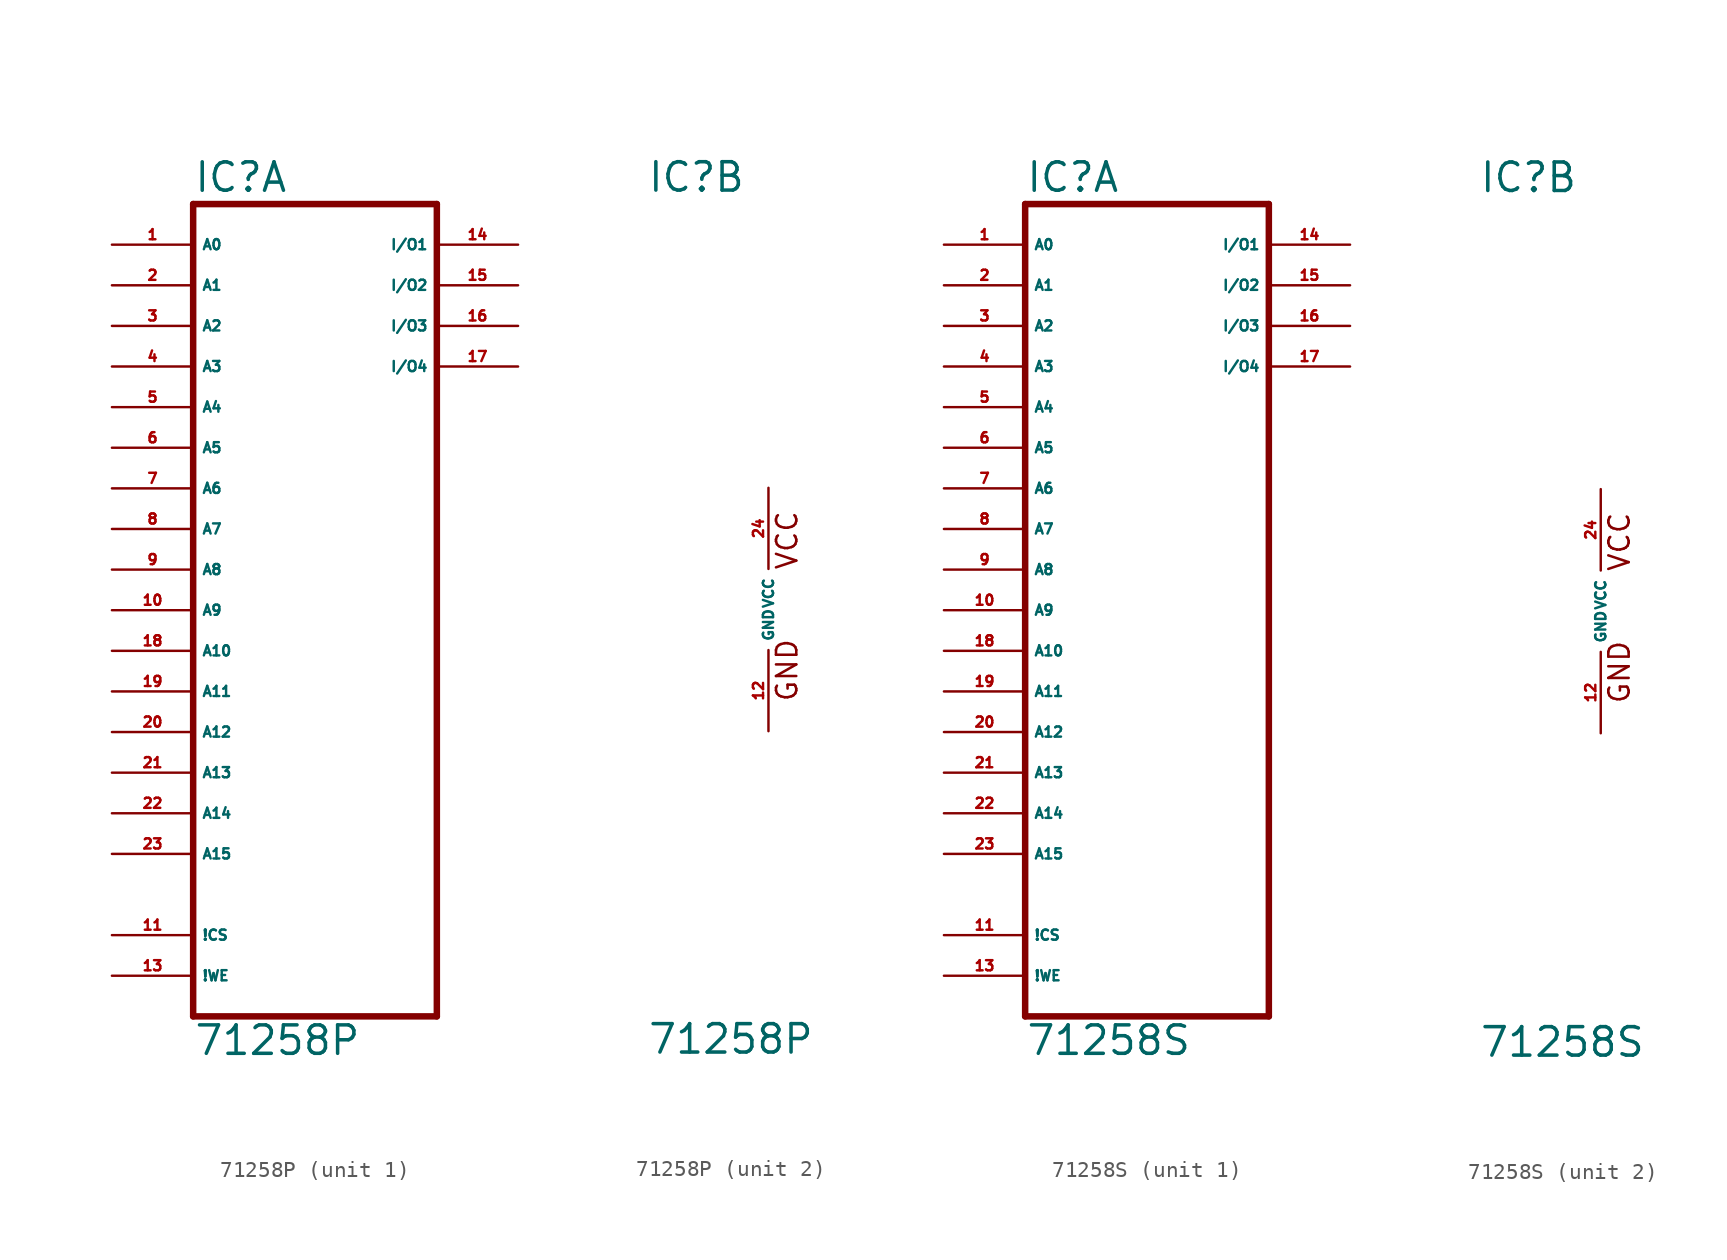
<source format=kicad_sym>
(kicad_symbol_lib
  (version 20220914)
  (generator Eagle2Kicad)
  (symbol "71258P"
    (property "Reference" "IC"
      (at -7.62 26.035 0)
      (effects (font (size 1.778 1.778) (thickness 0.22)) (justify left bottom)))
    (property "Value" "71258P"
      (at -7.62 -27.94 0)
      (effects (font (size 1.778 1.778) (thickness 0.22)) (justify left bottom)))
    (symbol "71258P_1_0"
      (polyline (pts (xy -7.62 -25.4) (xy 7.62 -25.4)) (stroke (width 0.406) (type default)) (fill (type none)))
      (polyline (pts (xy 7.62 -25.4) (xy 7.62 25.4)) (stroke (width 0.406) (type default)) (fill (type none)))
      (polyline (pts (xy 7.62 25.4) (xy -7.62 25.4)) (stroke (width 0.406) (type default)) (fill (type none)))
      (polyline (pts (xy -7.62 25.4) (xy -7.62 -25.4)) (stroke (width 0.406) (type default)) (fill (type none)))
      (pin input line (at -12.7 22.86 0) (length 5.08) (name "A0" (effects (font (size 0.635 0.635) (thickness 0.08)) (justify left bottom))) (number "1" (effects (font (size 0.635 0.635) (thickness 0.08)) (justify left bottom))))
      (pin input line (at -12.7 20.32 0) (length 5.08) (name "A1" (effects (font (size 0.635 0.635) (thickness 0.08)) (justify left bottom))) (number "2" (effects (font (size 0.635 0.635) (thickness 0.08)) (justify left bottom))))
      (pin input line (at -12.7 17.78 0) (length 5.08) (name "A2" (effects (font (size 0.635 0.635) (thickness 0.08)) (justify left bottom))) (number "3" (effects (font (size 0.635 0.635) (thickness 0.08)) (justify left bottom))))
      (pin input line (at -12.7 15.24 0) (length 5.08) (name "A3" (effects (font (size 0.635 0.635) (thickness 0.08)) (justify left bottom))) (number "4" (effects (font (size 0.635 0.635) (thickness 0.08)) (justify left bottom))))
      (pin input line (at -12.7 12.7 0) (length 5.08) (name "A4" (effects (font (size 0.635 0.635) (thickness 0.08)) (justify left bottom))) (number "5" (effects (font (size 0.635 0.635) (thickness 0.08)) (justify left bottom))))
      (pin input line (at -12.7 10.16 0) (length 5.08) (name "A5" (effects (font (size 0.635 0.635) (thickness 0.08)) (justify left bottom))) (number "6" (effects (font (size 0.635 0.635) (thickness 0.08)) (justify left bottom))))
      (pin input line (at -12.7 7.62 0) (length 5.08) (name "A6" (effects (font (size 0.635 0.635) (thickness 0.08)) (justify left bottom))) (number "7" (effects (font (size 0.635 0.635) (thickness 0.08)) (justify left bottom))))
      (pin input line (at -12.7 5.08 0) (length 5.08) (name "A7" (effects (font (size 0.635 0.635) (thickness 0.08)) (justify left bottom))) (number "8" (effects (font (size 0.635 0.635) (thickness 0.08)) (justify left bottom))))
      (pin input line (at -12.7 2.54 0) (length 5.08) (name "A8" (effects (font (size 0.635 0.635) (thickness 0.08)) (justify left bottom))) (number "9" (effects (font (size 0.635 0.635) (thickness 0.08)) (justify left bottom))))
      (pin input line (at -12.7 0 0) (length 5.08) (name "A9" (effects (font (size 0.635 0.635) (thickness 0.08)) (justify left bottom))) (number "10" (effects (font (size 0.635 0.635) (thickness 0.08)) (justify left bottom))))
      (pin input line (at -12.7 -2.54 0) (length 5.08) (name "A10" (effects (font (size 0.635 0.635) (thickness 0.08)) (justify left bottom))) (number "18" (effects (font (size 0.635 0.635) (thickness 0.08)) (justify left bottom))))
      (pin input line (at -12.7 -5.08 0) (length 5.08) (name "A11" (effects (font (size 0.635 0.635) (thickness 0.08)) (justify left bottom))) (number "19" (effects (font (size 0.635 0.635) (thickness 0.08)) (justify left bottom))))
      (pin input line (at -12.7 -7.62 0) (length 5.08) (name "A12" (effects (font (size 0.635 0.635) (thickness 0.08)) (justify left bottom))) (number "20" (effects (font (size 0.635 0.635) (thickness 0.08)) (justify left bottom))))
      (pin input line (at -12.7 -10.16 0) (length 5.08) (name "A13" (effects (font (size 0.635 0.635) (thickness 0.08)) (justify left bottom))) (number "21" (effects (font (size 0.635 0.635) (thickness 0.08)) (justify left bottom))))
      (pin input line (at -12.7 -20.32 0) (length 5.08) (name "!CS" (effects (font (size 0.635 0.635) (thickness 0.08)) (justify left bottom))) (number "11" (effects (font (size 0.635 0.635) (thickness 0.08)) (justify left bottom))))
      (pin input line (at -12.7 -22.86 0) (length 5.08) (name "!WE" (effects (font (size 0.635 0.635) (thickness 0.08)) (justify left bottom))) (number "13" (effects (font (size 0.635 0.635) (thickness 0.08)) (justify left bottom))))
      (pin bidirectional line (at 12.7 22.86 180) (length 5.08) (name "I/O1" (effects (font (size 0.635 0.635) (thickness 0.08)) (justify left bottom))) (number "14" (effects (font (size 0.635 0.635) (thickness 0.08)) (justify left bottom))))
      (pin bidirectional line (at 12.7 20.32 180) (length 5.08) (name "I/O2" (effects (font (size 0.635 0.635) (thickness 0.08)) (justify left bottom))) (number "15" (effects (font (size 0.635 0.635) (thickness 0.08)) (justify left bottom))))
      (pin bidirectional line (at 12.7 17.78 180) (length 5.08) (name "I/O3" (effects (font (size 0.635 0.635) (thickness 0.08)) (justify left bottom))) (number "16" (effects (font (size 0.635 0.635) (thickness 0.08)) (justify left bottom))))
      (pin bidirectional line (at 12.7 15.24 180) (length 5.08) (name "I/O4" (effects (font (size 0.635 0.635) (thickness 0.08)) (justify left bottom))) (number "17" (effects (font (size 0.635 0.635) (thickness 0.08)) (justify left bottom))))
      (pin input line (at -12.7 -12.7 0) (length 5.08) (name "A14" (effects (font (size 0.635 0.635) (thickness 0.08)) (justify left bottom))) (number "22" (effects (font (size 0.635 0.635) (thickness 0.08)) (justify left bottom))))
      (pin input line (at -12.7 -15.24 0) (length 5.08) (name "A15" (effects (font (size 0.635 0.635) (thickness 0.08)) (justify left bottom))) (number "23" (effects (font (size 0.635 0.635) (thickness 0.08)) (justify left bottom)))))
    (symbol "71258P_2_0"
      (text "GND" (at 1.905 -5.842 900) (effects (font (size 1.27 1.27) (thickness 0.16)) (justify left bottom)))
      (text "VCC" (at 1.905 2.413 900) (effects (font (size 1.27 1.27) (thickness 0.16)) (justify left bottom)))
      (pin unspecified line (at 0 7.62 270) (length 5.08) (name "VCC" (effects (font (size 0.635 0.635) (thickness 0.08)) (justify left bottom))) (number "24" (effects (font (size 0.635 0.635) (thickness 0.08)) (justify left bottom))))
      (pin unspecified line (at 0 -7.62 90) (length 5.08) (name "GND" (effects (font (size 0.635 0.635) (thickness 0.08)) (justify left bottom))) (number "12" (effects (font (size 0.635 0.635) (thickness 0.08)) (justify left bottom))))))
  (symbol "71258S"
    (property "Reference" "IC"
      (at -7.62 26.035 0)
      (effects (font (size 1.778 1.778) (thickness 0.22)) (justify left bottom)))
    (property "Value" "71258S"
      (at -7.62 -27.94 0)
      (effects (font (size 1.778 1.778) (thickness 0.22)) (justify left bottom)))
    (symbol "71258S_1_0"
      (polyline (pts (xy -7.62 -25.4) (xy 7.62 -25.4)) (stroke (width 0.406) (type default)) (fill (type none)))
      (polyline (pts (xy 7.62 -25.4) (xy 7.62 25.4)) (stroke (width 0.406) (type default)) (fill (type none)))
      (polyline (pts (xy 7.62 25.4) (xy -7.62 25.4)) (stroke (width 0.406) (type default)) (fill (type none)))
      (polyline (pts (xy -7.62 25.4) (xy -7.62 -25.4)) (stroke (width 0.406) (type default)) (fill (type none)))
      (pin input line (at -12.7 22.86 0) (length 5.08) (name "A0" (effects (font (size 0.635 0.635) (thickness 0.08)) (justify left bottom))) (number "1" (effects (font (size 0.635 0.635) (thickness 0.08)) (justify left bottom))))
      (pin input line (at -12.7 20.32 0) (length 5.08) (name "A1" (effects (font (size 0.635 0.635) (thickness 0.08)) (justify left bottom))) (number "2" (effects (font (size 0.635 0.635) (thickness 0.08)) (justify left bottom))))
      (pin input line (at -12.7 17.78 0) (length 5.08) (name "A2" (effects (font (size 0.635 0.635) (thickness 0.08)) (justify left bottom))) (number "3" (effects (font (size 0.635 0.635) (thickness 0.08)) (justify left bottom))))
      (pin input line (at -12.7 15.24 0) (length 5.08) (name "A3" (effects (font (size 0.635 0.635) (thickness 0.08)) (justify left bottom))) (number "4" (effects (font (size 0.635 0.635) (thickness 0.08)) (justify left bottom))))
      (pin input line (at -12.7 12.7 0) (length 5.08) (name "A4" (effects (font (size 0.635 0.635) (thickness 0.08)) (justify left bottom))) (number "5" (effects (font (size 0.635 0.635) (thickness 0.08)) (justify left bottom))))
      (pin input line (at -12.7 10.16 0) (length 5.08) (name "A5" (effects (font (size 0.635 0.635) (thickness 0.08)) (justify left bottom))) (number "6" (effects (font (size 0.635 0.635) (thickness 0.08)) (justify left bottom))))
      (pin input line (at -12.7 7.62 0) (length 5.08) (name "A6" (effects (font (size 0.635 0.635) (thickness 0.08)) (justify left bottom))) (number "7" (effects (font (size 0.635 0.635) (thickness 0.08)) (justify left bottom))))
      (pin input line (at -12.7 5.08 0) (length 5.08) (name "A7" (effects (font (size 0.635 0.635) (thickness 0.08)) (justify left bottom))) (number "8" (effects (font (size 0.635 0.635) (thickness 0.08)) (justify left bottom))))
      (pin input line (at -12.7 2.54 0) (length 5.08) (name "A8" (effects (font (size 0.635 0.635) (thickness 0.08)) (justify left bottom))) (number "9" (effects (font (size 0.635 0.635) (thickness 0.08)) (justify left bottom))))
      (pin input line (at -12.7 0 0) (length 5.08) (name "A9" (effects (font (size 0.635 0.635) (thickness 0.08)) (justify left bottom))) (number "10" (effects (font (size 0.635 0.635) (thickness 0.08)) (justify left bottom))))
      (pin input line (at -12.7 -2.54 0) (length 5.08) (name "A10" (effects (font (size 0.635 0.635) (thickness 0.08)) (justify left bottom))) (number "18" (effects (font (size 0.635 0.635) (thickness 0.08)) (justify left bottom))))
      (pin input line (at -12.7 -5.08 0) (length 5.08) (name "A11" (effects (font (size 0.635 0.635) (thickness 0.08)) (justify left bottom))) (number "19" (effects (font (size 0.635 0.635) (thickness 0.08)) (justify left bottom))))
      (pin input line (at -12.7 -7.62 0) (length 5.08) (name "A12" (effects (font (size 0.635 0.635) (thickness 0.08)) (justify left bottom))) (number "20" (effects (font (size 0.635 0.635) (thickness 0.08)) (justify left bottom))))
      (pin input line (at -12.7 -10.16 0) (length 5.08) (name "A13" (effects (font (size 0.635 0.635) (thickness 0.08)) (justify left bottom))) (number "21" (effects (font (size 0.635 0.635) (thickness 0.08)) (justify left bottom))))
      (pin input line (at -12.7 -20.32 0) (length 5.08) (name "!CS" (effects (font (size 0.635 0.635) (thickness 0.08)) (justify left bottom))) (number "11" (effects (font (size 0.635 0.635) (thickness 0.08)) (justify left bottom))))
      (pin input line (at -12.7 -22.86 0) (length 5.08) (name "!WE" (effects (font (size 0.635 0.635) (thickness 0.08)) (justify left bottom))) (number "13" (effects (font (size 0.635 0.635) (thickness 0.08)) (justify left bottom))))
      (pin bidirectional line (at 12.7 22.86 180) (length 5.08) (name "I/O1" (effects (font (size 0.635 0.635) (thickness 0.08)) (justify left bottom))) (number "14" (effects (font (size 0.635 0.635) (thickness 0.08)) (justify left bottom))))
      (pin bidirectional line (at 12.7 20.32 180) (length 5.08) (name "I/O2" (effects (font (size 0.635 0.635) (thickness 0.08)) (justify left bottom))) (number "15" (effects (font (size 0.635 0.635) (thickness 0.08)) (justify left bottom))))
      (pin bidirectional line (at 12.7 17.78 180) (length 5.08) (name "I/O3" (effects (font (size 0.635 0.635) (thickness 0.08)) (justify left bottom))) (number "16" (effects (font (size 0.635 0.635) (thickness 0.08)) (justify left bottom))))
      (pin bidirectional line (at 12.7 15.24 180) (length 5.08) (name "I/O4" (effects (font (size 0.635 0.635) (thickness 0.08)) (justify left bottom))) (number "17" (effects (font (size 0.635 0.635) (thickness 0.08)) (justify left bottom))))
      (pin input line (at -12.7 -12.7 0) (length 5.08) (name "A14" (effects (font (size 0.635 0.635) (thickness 0.08)) (justify left bottom))) (number "22" (effects (font (size 0.635 0.635) (thickness 0.08)) (justify left bottom))))
      (pin input line (at -12.7 -15.24 0) (length 5.08) (name "A15" (effects (font (size 0.635 0.635) (thickness 0.08)) (justify left bottom))) (number "23" (effects (font (size 0.635 0.635) (thickness 0.08)) (justify left bottom)))))
    (symbol "71258S_2_0"
      (text "GND" (at 1.905 -5.842 900) (effects (font (size 1.27 1.27) (thickness 0.16)) (justify left bottom)))
      (text "VCC" (at 1.905 2.413 900) (effects (font (size 1.27 1.27) (thickness 0.16)) (justify left bottom)))
      (pin unspecified line (at 0 7.62 270) (length 5.08) (name "VCC" (effects (font (size 0.635 0.635) (thickness 0.08)) (justify left bottom))) (number "24" (effects (font (size 0.635 0.635) (thickness 0.08)) (justify left bottom))))
      (pin unspecified line (at 0 -7.62 90) (length 5.08) (name "GND" (effects (font (size 0.635 0.635) (thickness 0.08)) (justify left bottom))) (number "12" (effects (font (size 0.635 0.635) (thickness 0.08)) (justify left bottom)))))))
</source>
